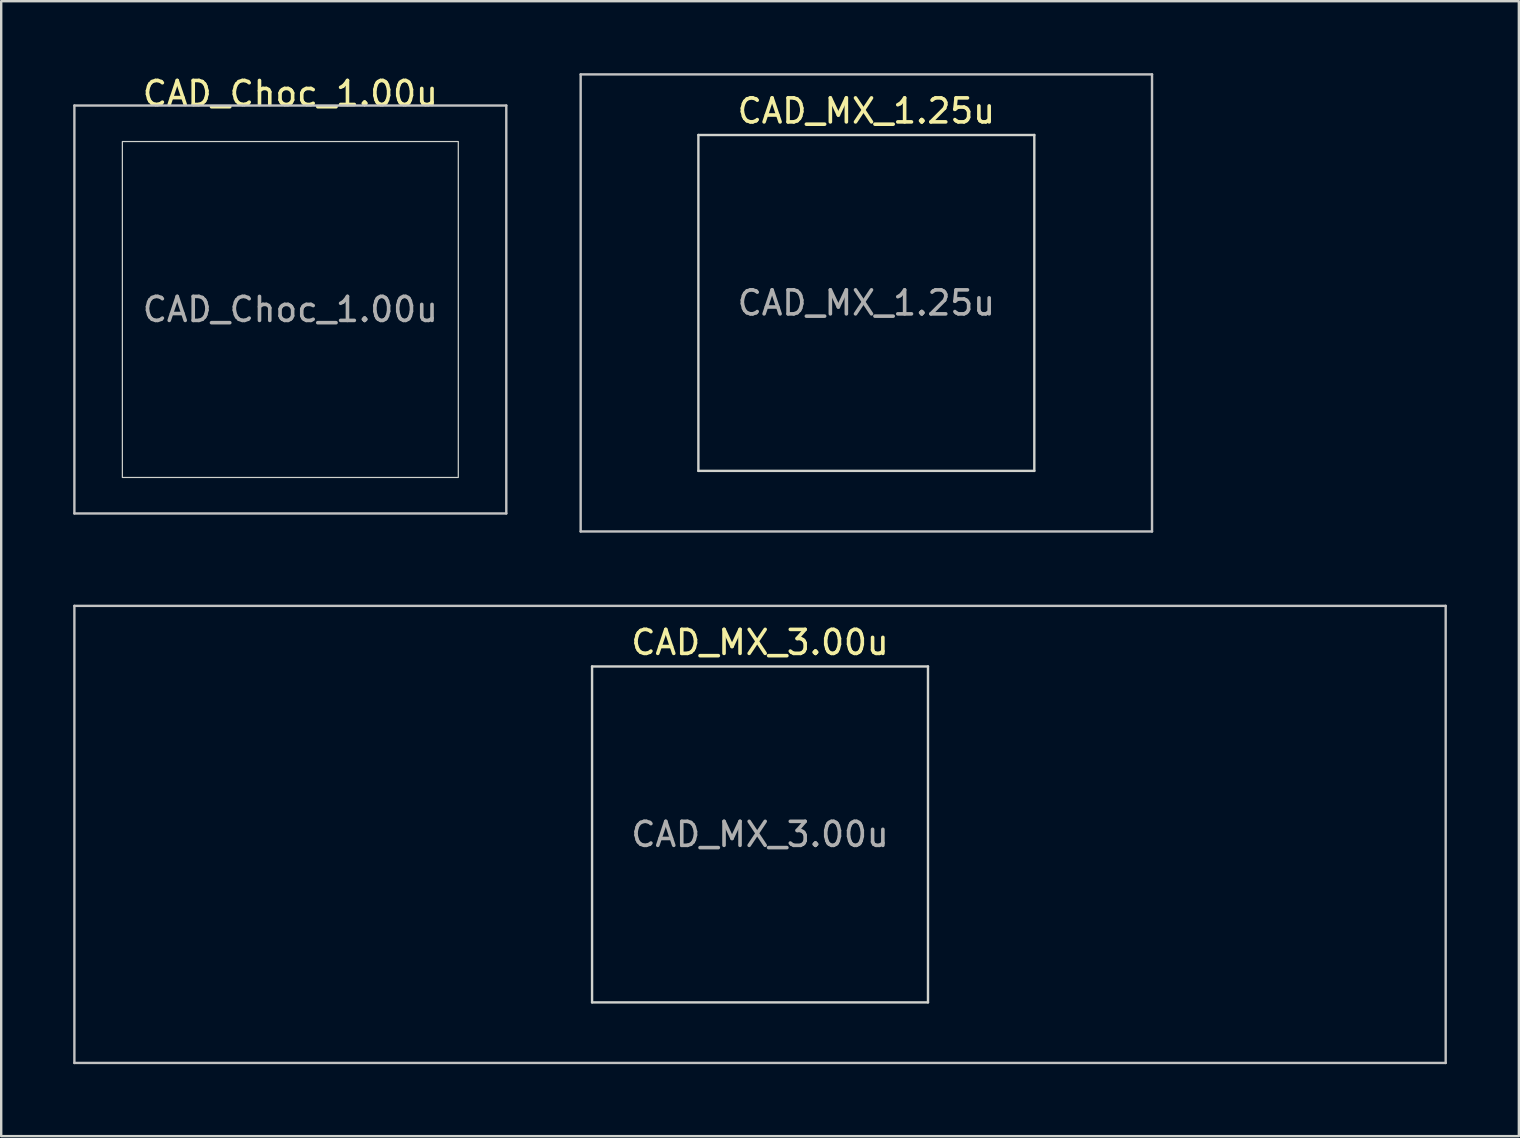
<source format=kicad_pcb>
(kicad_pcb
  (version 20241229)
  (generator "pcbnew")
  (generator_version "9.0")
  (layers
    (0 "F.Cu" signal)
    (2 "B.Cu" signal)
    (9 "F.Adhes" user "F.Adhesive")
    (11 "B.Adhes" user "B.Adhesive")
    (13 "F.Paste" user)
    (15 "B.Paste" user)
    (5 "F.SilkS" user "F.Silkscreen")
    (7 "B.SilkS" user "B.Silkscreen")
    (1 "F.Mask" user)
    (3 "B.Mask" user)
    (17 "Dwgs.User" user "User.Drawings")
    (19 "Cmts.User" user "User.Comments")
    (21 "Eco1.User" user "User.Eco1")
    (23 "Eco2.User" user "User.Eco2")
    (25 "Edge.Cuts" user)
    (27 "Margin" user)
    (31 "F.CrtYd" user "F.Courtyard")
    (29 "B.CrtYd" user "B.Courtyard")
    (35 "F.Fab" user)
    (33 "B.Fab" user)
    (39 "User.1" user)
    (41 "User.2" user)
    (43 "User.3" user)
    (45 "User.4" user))
  (footprint "CAD_Choc_1.00u"
    (layer "F.Cu")
    (at 9.05 9.848)
    (property "Reference" "CAD_Choc_1.00u" (at 0 -9 0) (layer "F.SilkS") (effects (font (size 1 1) (thickness 0.15))))
    (attr through_hole)
    (fp_line (start -9 -8.5) (end -9 8.5) (stroke (width 0.1) (type solid)) (layer "Dwgs.User"))
    (fp_line (start -9 8.5) (end 9 8.5) (stroke (width 0.1) (type solid)) (layer "Dwgs.User"))
    (fp_line (start 9 -8.5) (end -9 -8.5) (stroke (width 0.1) (type solid)) (layer "Dwgs.User"))
    (fp_line (start 9 8.5) (end 9 -8.5) (stroke (width 0.1) (type solid)) (layer "Dwgs.User"))
    (fp_rect (start -7 -7) (end 7 7) (stroke (width 0.05) (type default)) (fill no) (layer "Edge.Cuts"))
    (fp_text user "${REFERENCE}" (at 0 0 0) (layer "F.Fab") (effects (font (size 1 1) (thickness 0.15)))))
  (footprint "CAD_MX_3.00u"
    (layer "F.Cu")
    (at 28.625 31.725)
    (property "Reference" "CAD_MX_3.00u" (at 0 -8 0) (layer "F.SilkS") (effects (font (size 1 1) (thickness 0.15))))
    (attr through_hole)
    (fp_line (start -28.575 -9.525) (end -28.575 9.525) (stroke (width 0.1) (type solid)) (layer "Dwgs.User"))
    (fp_line (start -28.575 9.525) (end 28.575 9.525) (stroke (width 0.1) (type solid)) (layer "Dwgs.User"))
    (fp_line (start 28.575 -9.525) (end -28.575 -9.525) (stroke (width 0.1) (type solid)) (layer "Dwgs.User"))
    (fp_line (start 28.575 9.525) (end 28.575 -9.525) (stroke (width 0.1) (type solid)) (layer "Dwgs.User"))
    (fp_line (start -7 -7) (end -7 7) (stroke (width 0.1) (type solid)) (layer "Edge.Cuts"))
    (fp_line (start -7 7) (end 7 7) (stroke (width 0.1) (type solid)) (layer "Edge.Cuts"))
    (fp_line (start 7 -7) (end -7 -7) (stroke (width 0.1) (type solid)) (layer "Edge.Cuts"))
    (fp_line (start 7 7) (end 7 -7) (stroke (width 0.1) (type solid)) (layer "Edge.Cuts"))
    (fp_text user "${REFERENCE}" (at 0 0 0) (layer "F.Fab") (effects (font (size 1 1) (thickness 0.15)))))
  (footprint "CAD_MX_1.25u"
    (layer "F.Cu")
    (at 33.056 9.575)
    (property "Reference" "CAD_MX_1.25u" (at 0 -8 0) (layer "F.SilkS") (effects (font (size 1 1) (thickness 0.15))))
    (attr through_hole)
    (fp_line (start -11.906 -9.525) (end -11.906 9.525) (stroke (width 0.1) (type solid)) (layer "Dwgs.User"))
    (fp_line (start -11.906 9.525) (end 11.906 9.525) (stroke (width 0.1) (type solid)) (layer "Dwgs.User"))
    (fp_line (start 11.906 -9.525) (end -11.906 -9.525) (stroke (width 0.1) (type solid)) (layer "Dwgs.User"))
    (fp_line (start 11.906 9.525) (end 11.906 -9.525) (stroke (width 0.1) (type solid)) (layer "Dwgs.User"))
    (fp_line (start -7 -7) (end -7 7) (stroke (width 0.1) (type solid)) (layer "Edge.Cuts"))
    (fp_line (start -7 7) (end 7 7) (stroke (width 0.1) (type solid)) (layer "Edge.Cuts"))
    (fp_line (start 7 -7) (end -7 -7) (stroke (width 0.1) (type solid)) (layer "Edge.Cuts"))
    (fp_line (start 7 7) (end 7 -7) (stroke (width 0.1) (type solid)) (layer "Edge.Cuts"))
    (fp_text user "${REFERENCE}" (at 0 0 0) (layer "F.Fab") (effects (font (size 1 1) (thickness 0.15)))))
  (gr_rect
    (start -3 -3)
    (end 60.25 44.3)
    (stroke (width 0.1) (type default))
    (fill no)
    (layer "Edge.Cuts")))
</source>
